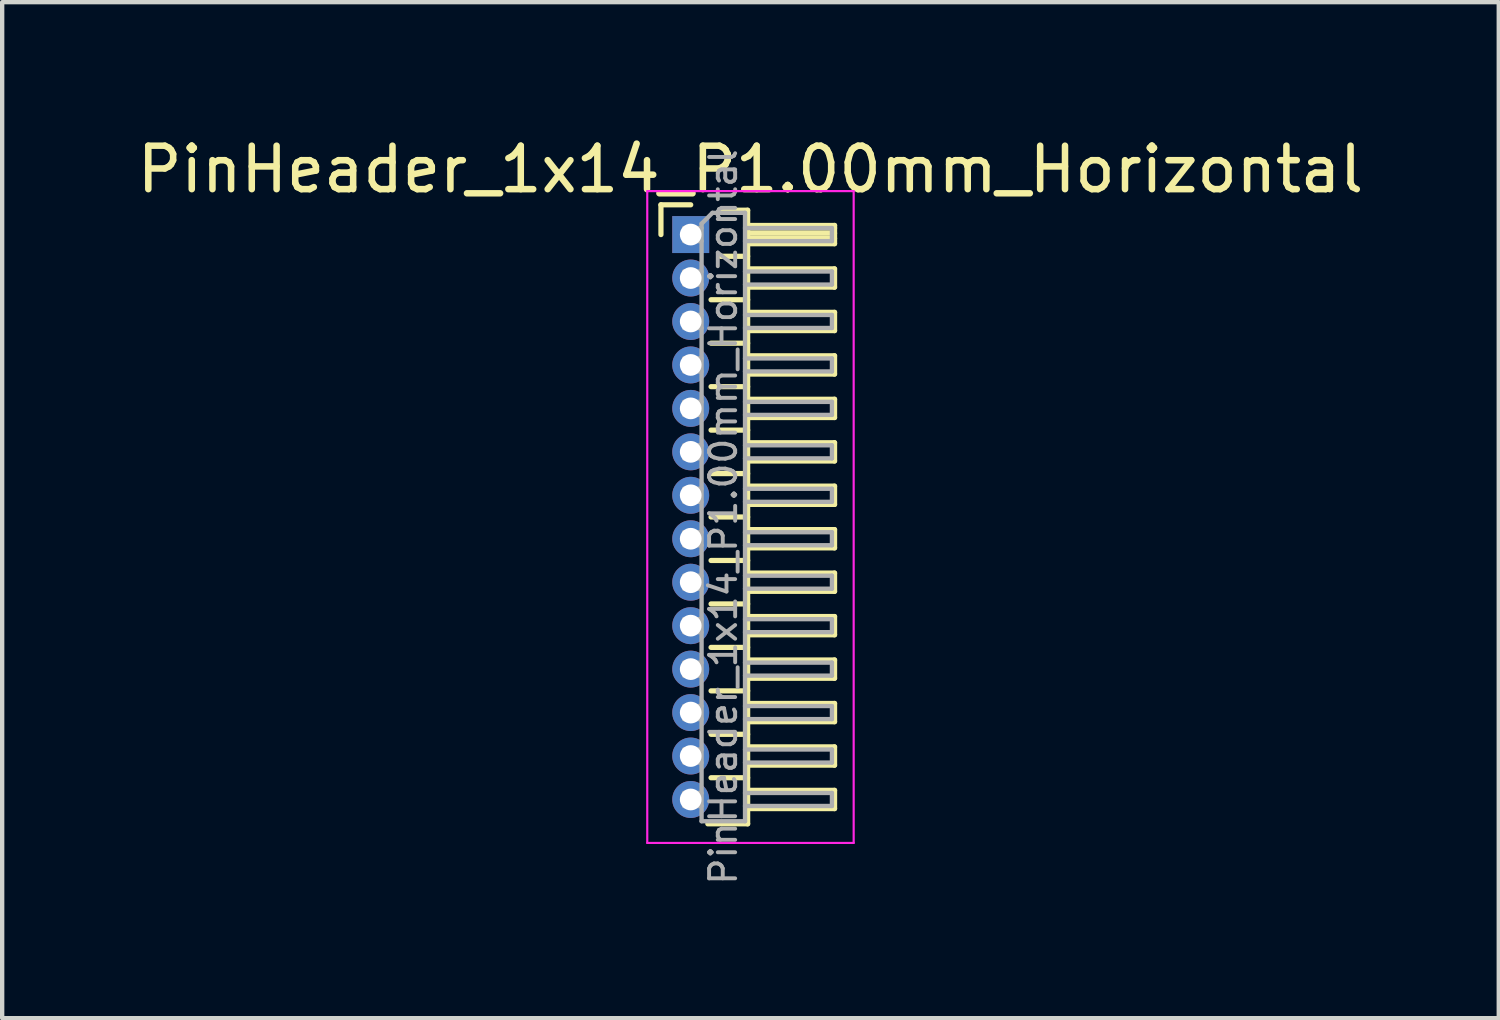
<source format=kicad_pcb>
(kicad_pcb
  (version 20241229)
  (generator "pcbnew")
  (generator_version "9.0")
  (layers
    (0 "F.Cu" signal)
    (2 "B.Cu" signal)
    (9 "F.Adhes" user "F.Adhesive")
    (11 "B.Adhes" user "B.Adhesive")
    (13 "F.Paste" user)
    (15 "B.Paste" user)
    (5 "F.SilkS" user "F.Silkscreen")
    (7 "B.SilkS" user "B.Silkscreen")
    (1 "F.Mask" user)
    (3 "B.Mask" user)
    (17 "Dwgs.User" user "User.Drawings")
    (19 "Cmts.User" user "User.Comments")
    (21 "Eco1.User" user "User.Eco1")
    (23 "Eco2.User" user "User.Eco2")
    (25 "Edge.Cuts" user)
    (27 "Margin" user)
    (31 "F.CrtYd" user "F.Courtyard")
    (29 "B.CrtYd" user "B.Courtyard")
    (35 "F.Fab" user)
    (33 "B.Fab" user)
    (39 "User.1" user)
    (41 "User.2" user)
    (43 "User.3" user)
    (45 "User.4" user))
  (footprint "PinHeader_1x14_P1.00mm_Horizontal"
    (layer "F.Cu")
    (at 12.845 2.348)
    (property "Reference" "PinHeader_1x14_P1.00mm_Horizontal" (at 1.375 -1.5 0) (layer "F.SilkS") (effects (font (size 1 1) (thickness 0.15))))
    (attr through_hole)
    (fp_line (start -0.685 -0.685) (end 0 -0.685) (stroke (width 0.12) (type solid)) (layer "F.SilkS"))
    (fp_line (start -0.685 0) (end -0.685 -0.685) (stroke (width 0.12) (type solid)) (layer "F.SilkS"))
    (fp_line (start 0.468 1.5) (end 1.31 1.5) (stroke (width 0.12) (type solid)) (layer "F.SilkS"))
    (fp_line (start 0.468 2.5) (end 1.31 2.5) (stroke (width 0.12) (type solid)) (layer "F.SilkS"))
    (fp_line (start 0.468 3.5) (end 1.31 3.5) (stroke (width 0.12) (type solid)) (layer "F.SilkS"))
    (fp_line (start 0.468 4.5) (end 1.31 4.5) (stroke (width 0.12) (type solid)) (layer "F.SilkS"))
    (fp_line (start 0.468 5.5) (end 1.31 5.5) (stroke (width 0.12) (type solid)) (layer "F.SilkS"))
    (fp_line (start 0.468 6.5) (end 1.31 6.5) (stroke (width 0.12) (type solid)) (layer "F.SilkS"))
    (fp_line (start 0.468 7.5) (end 1.31 7.5) (stroke (width 0.12) (type solid)) (layer "F.SilkS"))
    (fp_line (start 0.468 8.5) (end 1.31 8.5) (stroke (width 0.12) (type solid)) (layer "F.SilkS"))
    (fp_line (start 0.468 9.5) (end 1.31 9.5) (stroke (width 0.12) (type solid)) (layer "F.SilkS"))
    (fp_line (start 0.468 10.5) (end 1.31 10.5) (stroke (width 0.12) (type solid)) (layer "F.SilkS"))
    (fp_line (start 0.468 11.5) (end 1.31 11.5) (stroke (width 0.12) (type solid)) (layer "F.SilkS"))
    (fp_line (start 0.468 12.5) (end 1.31 12.5) (stroke (width 0.12) (type solid)) (layer "F.SilkS"))
    (fp_line (start 0.685 -0.56) (end 1.31 -0.56) (stroke (width 0.12) (type solid)) (layer "F.SilkS"))
    (fp_line (start 0.685 0.5) (end 1.31 0.5) (stroke (width 0.12) (type solid)) (layer "F.SilkS"))
    (fp_line (start 1.31 -0.56) (end 1.31 13.56) (stroke (width 0.12) (type solid)) (layer "F.SilkS"))
    (fp_line (start 1.31 -0.21) (end 3.31 -0.21) (stroke (width 0.12) (type solid)) (layer "F.SilkS"))
    (fp_line (start 1.31 -0.15) (end 3.31 -0.15) (stroke (width 0.12) (type solid)) (layer "F.SilkS"))
    (fp_line (start 1.31 -0.03) (end 3.31 -0.03) (stroke (width 0.12) (type solid)) (layer "F.SilkS"))
    (fp_line (start 1.31 0.09) (end 3.31 0.09) (stroke (width 0.12) (type solid)) (layer "F.SilkS"))
    (fp_line (start 1.31 0.79) (end 3.31 0.79) (stroke (width 0.12) (type solid)) (layer "F.SilkS"))
    (fp_line (start 1.31 1.79) (end 3.31 1.79) (stroke (width 0.12) (type solid)) (layer "F.SilkS"))
    (fp_line (start 1.31 2.79) (end 3.31 2.79) (stroke (width 0.12) (type solid)) (layer "F.SilkS"))
    (fp_line (start 1.31 3.79) (end 3.31 3.79) (stroke (width 0.12) (type solid)) (layer "F.SilkS"))
    (fp_line (start 1.31 4.79) (end 3.31 4.79) (stroke (width 0.12) (type solid)) (layer "F.SilkS"))
    (fp_line (start 1.31 5.79) (end 3.31 5.79) (stroke (width 0.12) (type solid)) (layer "F.SilkS"))
    (fp_line (start 1.31 6.79) (end 3.31 6.79) (stroke (width 0.12) (type solid)) (layer "F.SilkS"))
    (fp_line (start 1.31 7.79) (end 3.31 7.79) (stroke (width 0.12) (type solid)) (layer "F.SilkS"))
    (fp_line (start 1.31 8.79) (end 3.31 8.79) (stroke (width 0.12) (type solid)) (layer "F.SilkS"))
    (fp_line (start 1.31 9.79) (end 3.31 9.79) (stroke (width 0.12) (type solid)) (layer "F.SilkS"))
    (fp_line (start 1.31 10.79) (end 3.31 10.79) (stroke (width 0.12) (type solid)) (layer "F.SilkS"))
    (fp_line (start 1.31 11.79) (end 3.31 11.79) (stroke (width 0.12) (type solid)) (layer "F.SilkS"))
    (fp_line (start 1.31 12.79) (end 3.31 12.79) (stroke (width 0.12) (type solid)) (layer "F.SilkS"))
    (fp_line (start 1.31 13.56) (end 0.394 13.56) (stroke (width 0.12) (type solid)) (layer "F.SilkS"))
    (fp_line (start 3.31 -0.21) (end 3.31 0.21) (stroke (width 0.12) (type solid)) (layer "F.SilkS"))
    (fp_line (start 3.31 0.21) (end 1.31 0.21) (stroke (width 0.12) (type solid)) (layer "F.SilkS"))
    (fp_line (start 3.31 0.79) (end 3.31 1.21) (stroke (width 0.12) (type solid)) (layer "F.SilkS"))
    (fp_line (start 3.31 1.21) (end 1.31 1.21) (stroke (width 0.12) (type solid)) (layer "F.SilkS"))
    (fp_line (start 3.31 1.79) (end 3.31 2.21) (stroke (width 0.12) (type solid)) (layer "F.SilkS"))
    (fp_line (start 3.31 2.21) (end 1.31 2.21) (stroke (width 0.12) (type solid)) (layer "F.SilkS"))
    (fp_line (start 3.31 2.79) (end 3.31 3.21) (stroke (width 0.12) (type solid)) (layer "F.SilkS"))
    (fp_line (start 3.31 3.21) (end 1.31 3.21) (stroke (width 0.12) (type solid)) (layer "F.SilkS"))
    (fp_line (start 3.31 3.79) (end 3.31 4.21) (stroke (width 0.12) (type solid)) (layer "F.SilkS"))
    (fp_line (start 3.31 4.21) (end 1.31 4.21) (stroke (width 0.12) (type solid)) (layer "F.SilkS"))
    (fp_line (start 3.31 4.79) (end 3.31 5.21) (stroke (width 0.12) (type solid)) (layer "F.SilkS"))
    (fp_line (start 3.31 5.21) (end 1.31 5.21) (stroke (width 0.12) (type solid)) (layer "F.SilkS"))
    (fp_line (start 3.31 5.79) (end 3.31 6.21) (stroke (width 0.12) (type solid)) (layer "F.SilkS"))
    (fp_line (start 3.31 6.21) (end 1.31 6.21) (stroke (width 0.12) (type solid)) (layer "F.SilkS"))
    (fp_line (start 3.31 6.79) (end 3.31 7.21) (stroke (width 0.12) (type solid)) (layer "F.SilkS"))
    (fp_line (start 3.31 7.21) (end 1.31 7.21) (stroke (width 0.12) (type solid)) (layer "F.SilkS"))
    (fp_line (start 3.31 7.79) (end 3.31 8.21) (stroke (width 0.12) (type solid)) (layer "F.SilkS"))
    (fp_line (start 3.31 8.21) (end 1.31 8.21) (stroke (width 0.12) (type solid)) (layer "F.SilkS"))
    (fp_line (start 3.31 8.79) (end 3.31 9.21) (stroke (width 0.12) (type solid)) (layer "F.SilkS"))
    (fp_line (start 3.31 9.21) (end 1.31 9.21) (stroke (width 0.12) (type solid)) (layer "F.SilkS"))
    (fp_line (start 3.31 9.79) (end 3.31 10.21) (stroke (width 0.12) (type solid)) (layer "F.SilkS"))
    (fp_line (start 3.31 10.21) (end 1.31 10.21) (stroke (width 0.12) (type solid)) (layer "F.SilkS"))
    (fp_line (start 3.31 10.79) (end 3.31 11.21) (stroke (width 0.12) (type solid)) (layer "F.SilkS"))
    (fp_line (start 3.31 11.21) (end 1.31 11.21) (stroke (width 0.12) (type solid)) (layer "F.SilkS"))
    (fp_line (start 3.31 11.79) (end 3.31 12.21) (stroke (width 0.12) (type solid)) (layer "F.SilkS"))
    (fp_line (start 3.31 12.21) (end 1.31 12.21) (stroke (width 0.12) (type solid)) (layer "F.SilkS"))
    (fp_line (start 3.31 12.79) (end 3.31 13.21) (stroke (width 0.12) (type solid)) (layer "F.SilkS"))
    (fp_line (start 3.31 13.21) (end 1.31 13.21) (stroke (width 0.12) (type solid)) (layer "F.SilkS"))
    (fp_line (start -1 -1) (end -1 14) (stroke (width 0.05) (type solid)) (layer "F.CrtYd"))
    (fp_line (start -1 14) (end 3.75 14) (stroke (width 0.05) (type solid)) (layer "F.CrtYd"))
    (fp_line (start 3.75 -1) (end -1 -1) (stroke (width 0.05) (type solid)) (layer "F.CrtYd"))
    (fp_line (start 3.75 14) (end 3.75 -1) (stroke (width 0.05) (type solid)) (layer "F.CrtYd"))
    (fp_line (start -0.15 -0.15) (end -0.15 0.15) (stroke (width 0.1) (type solid)) (layer "F.Fab"))
    (fp_line (start -0.15 -0.15) (end 0.25 -0.15) (stroke (width 0.1) (type solid)) (layer "F.Fab"))
    (fp_line (start -0.15 0.15) (end 0.25 0.15) (stroke (width 0.1) (type solid)) (layer "F.Fab"))
    (fp_line (start -0.15 0.85) (end -0.15 1.15) (stroke (width 0.1) (type solid)) (layer "F.Fab"))
    (fp_line (start -0.15 0.85) (end 0.25 0.85) (stroke (width 0.1) (type solid)) (layer "F.Fab"))
    (fp_line (start -0.15 1.15) (end 0.25 1.15) (stroke (width 0.1) (type solid)) (layer "F.Fab"))
    (fp_line (start -0.15 1.85) (end -0.15 2.15) (stroke (width 0.1) (type solid)) (layer "F.Fab"))
    (fp_line (start -0.15 1.85) (end 0.25 1.85) (stroke (width 0.1) (type solid)) (layer "F.Fab"))
    (fp_line (start -0.15 2.15) (end 0.25 2.15) (stroke (width 0.1) (type solid)) (layer "F.Fab"))
    (fp_line (start -0.15 2.85) (end -0.15 3.15) (stroke (width 0.1) (type solid)) (layer "F.Fab"))
    (fp_line (start -0.15 2.85) (end 0.25 2.85) (stroke (width 0.1) (type solid)) (layer "F.Fab"))
    (fp_line (start -0.15 3.15) (end 0.25 3.15) (stroke (width 0.1) (type solid)) (layer "F.Fab"))
    (fp_line (start -0.15 3.85) (end -0.15 4.15) (stroke (width 0.1) (type solid)) (layer "F.Fab"))
    (fp_line (start -0.15 3.85) (end 0.25 3.85) (stroke (width 0.1) (type solid)) (layer "F.Fab"))
    (fp_line (start -0.15 4.15) (end 0.25 4.15) (stroke (width 0.1) (type solid)) (layer "F.Fab"))
    (fp_line (start -0.15 4.85) (end -0.15 5.15) (stroke (width 0.1) (type solid)) (layer "F.Fab"))
    (fp_line (start -0.15 4.85) (end 0.25 4.85) (stroke (width 0.1) (type solid)) (layer "F.Fab"))
    (fp_line (start -0.15 5.15) (end 0.25 5.15) (stroke (width 0.1) (type solid)) (layer "F.Fab"))
    (fp_line (start -0.15 5.85) (end -0.15 6.15) (stroke (width 0.1) (type solid)) (layer "F.Fab"))
    (fp_line (start -0.15 5.85) (end 0.25 5.85) (stroke (width 0.1) (type solid)) (layer "F.Fab"))
    (fp_line (start -0.15 6.15) (end 0.25 6.15) (stroke (width 0.1) (type solid)) (layer "F.Fab"))
    (fp_line (start -0.15 6.85) (end -0.15 7.15) (stroke (width 0.1) (type solid)) (layer "F.Fab"))
    (fp_line (start -0.15 6.85) (end 0.25 6.85) (stroke (width 0.1) (type solid)) (layer "F.Fab"))
    (fp_line (start -0.15 7.15) (end 0.25 7.15) (stroke (width 0.1) (type solid)) (layer "F.Fab"))
    (fp_line (start -0.15 7.85) (end -0.15 8.15) (stroke (width 0.1) (type solid)) (layer "F.Fab"))
    (fp_line (start -0.15 7.85) (end 0.25 7.85) (stroke (width 0.1) (type solid)) (layer "F.Fab"))
    (fp_line (start -0.15 8.15) (end 0.25 8.15) (stroke (width 0.1) (type solid)) (layer "F.Fab"))
    (fp_line (start -0.15 8.85) (end -0.15 9.15) (stroke (width 0.1) (type solid)) (layer "F.Fab"))
    (fp_line (start -0.15 8.85) (end 0.25 8.85) (stroke (width 0.1) (type solid)) (layer "F.Fab"))
    (fp_line (start -0.15 9.15) (end 0.25 9.15) (stroke (width 0.1) (type solid)) (layer "F.Fab"))
    (fp_line (start -0.15 9.85) (end -0.15 10.15) (stroke (width 0.1) (type solid)) (layer "F.Fab"))
    (fp_line (start -0.15 9.85) (end 0.25 9.85) (stroke (width 0.1) (type solid)) (layer "F.Fab"))
    (fp_line (start -0.15 10.15) (end 0.25 10.15) (stroke (width 0.1) (type solid)) (layer "F.Fab"))
    (fp_line (start -0.15 10.85) (end -0.15 11.15) (stroke (width 0.1) (type solid)) (layer "F.Fab"))
    (fp_line (start -0.15 10.85) (end 0.25 10.85) (stroke (width 0.1) (type solid)) (layer "F.Fab"))
    (fp_line (start -0.15 11.15) (end 0.25 11.15) (stroke (width 0.1) (type solid)) (layer "F.Fab"))
    (fp_line (start -0.15 11.85) (end -0.15 12.15) (stroke (width 0.1) (type solid)) (layer "F.Fab"))
    (fp_line (start -0.15 11.85) (end 0.25 11.85) (stroke (width 0.1) (type solid)) (layer "F.Fab"))
    (fp_line (start -0.15 12.15) (end 0.25 12.15) (stroke (width 0.1) (type solid)) (layer "F.Fab"))
    (fp_line (start -0.15 12.85) (end -0.15 13.15) (stroke (width 0.1) (type solid)) (layer "F.Fab"))
    (fp_line (start -0.15 12.85) (end 0.25 12.85) (stroke (width 0.1) (type solid)) (layer "F.Fab"))
    (fp_line (start -0.15 13.15) (end 0.25 13.15) (stroke (width 0.1) (type solid)) (layer "F.Fab"))
    (fp_line (start 0.25 -0.25) (end 0.5 -0.5) (stroke (width 0.1) (type solid)) (layer "F.Fab"))
    (fp_line (start 0.25 13.5) (end 0.25 -0.25) (stroke (width 0.1) (type solid)) (layer "F.Fab"))
    (fp_line (start 0.5 -0.5) (end 1.25 -0.5) (stroke (width 0.1) (type solid)) (layer "F.Fab"))
    (fp_line (start 1.25 -0.5) (end 1.25 13.5) (stroke (width 0.1) (type solid)) (layer "F.Fab"))
    (fp_line (start 1.25 -0.15) (end 3.25 -0.15) (stroke (width 0.1) (type solid)) (layer "F.Fab"))
    (fp_line (start 1.25 0.15) (end 3.25 0.15) (stroke (width 0.1) (type solid)) (layer "F.Fab"))
    (fp_line (start 1.25 0.85) (end 3.25 0.85) (stroke (width 0.1) (type solid)) (layer "F.Fab"))
    (fp_line (start 1.25 1.15) (end 3.25 1.15) (stroke (width 0.1) (type solid)) (layer "F.Fab"))
    (fp_line (start 1.25 1.85) (end 3.25 1.85) (stroke (width 0.1) (type solid)) (layer "F.Fab"))
    (fp_line (start 1.25 2.15) (end 3.25 2.15) (stroke (width 0.1) (type solid)) (layer "F.Fab"))
    (fp_line (start 1.25 2.85) (end 3.25 2.85) (stroke (width 0.1) (type solid)) (layer "F.Fab"))
    (fp_line (start 1.25 3.15) (end 3.25 3.15) (stroke (width 0.1) (type solid)) (layer "F.Fab"))
    (fp_line (start 1.25 3.85) (end 3.25 3.85) (stroke (width 0.1) (type solid)) (layer "F.Fab"))
    (fp_line (start 1.25 4.15) (end 3.25 4.15) (stroke (width 0.1) (type solid)) (layer "F.Fab"))
    (fp_line (start 1.25 4.85) (end 3.25 4.85) (stroke (width 0.1) (type solid)) (layer "F.Fab"))
    (fp_line (start 1.25 5.15) (end 3.25 5.15) (stroke (width 0.1) (type solid)) (layer "F.Fab"))
    (fp_line (start 1.25 5.85) (end 3.25 5.85) (stroke (width 0.1) (type solid)) (layer "F.Fab"))
    (fp_line (start 1.25 6.15) (end 3.25 6.15) (stroke (width 0.1) (type solid)) (layer "F.Fab"))
    (fp_line (start 1.25 6.85) (end 3.25 6.85) (stroke (width 0.1) (type solid)) (layer "F.Fab"))
    (fp_line (start 1.25 7.15) (end 3.25 7.15) (stroke (width 0.1) (type solid)) (layer "F.Fab"))
    (fp_line (start 1.25 7.85) (end 3.25 7.85) (stroke (width 0.1) (type solid)) (layer "F.Fab"))
    (fp_line (start 1.25 8.15) (end 3.25 8.15) (stroke (width 0.1) (type solid)) (layer "F.Fab"))
    (fp_line (start 1.25 8.85) (end 3.25 8.85) (stroke (width 0.1) (type solid)) (layer "F.Fab"))
    (fp_line (start 1.25 9.15) (end 3.25 9.15) (stroke (width 0.1) (type solid)) (layer "F.Fab"))
    (fp_line (start 1.25 9.85) (end 3.25 9.85) (stroke (width 0.1) (type solid)) (layer "F.Fab"))
    (fp_line (start 1.25 10.15) (end 3.25 10.15) (stroke (width 0.1) (type solid)) (layer "F.Fab"))
    (fp_line (start 1.25 10.85) (end 3.25 10.85) (stroke (width 0.1) (type solid)) (layer "F.Fab"))
    (fp_line (start 1.25 11.15) (end 3.25 11.15) (stroke (width 0.1) (type solid)) (layer "F.Fab"))
    (fp_line (start 1.25 11.85) (end 3.25 11.85) (stroke (width 0.1) (type solid)) (layer "F.Fab"))
    (fp_line (start 1.25 12.15) (end 3.25 12.15) (stroke (width 0.1) (type solid)) (layer "F.Fab"))
    (fp_line (start 1.25 12.85) (end 3.25 12.85) (stroke (width 0.1) (type solid)) (layer "F.Fab"))
    (fp_line (start 1.25 13.15) (end 3.25 13.15) (stroke (width 0.1) (type solid)) (layer "F.Fab"))
    (fp_line (start 1.25 13.5) (end 0.25 13.5) (stroke (width 0.1) (type solid)) (layer "F.Fab"))
    (fp_line (start 3.25 -0.15) (end 3.25 0.15) (stroke (width 0.1) (type solid)) (layer "F.Fab"))
    (fp_line (start 3.25 0.85) (end 3.25 1.15) (stroke (width 0.1) (type solid)) (layer "F.Fab"))
    (fp_line (start 3.25 1.85) (end 3.25 2.15) (stroke (width 0.1) (type solid)) (layer "F.Fab"))
    (fp_line (start 3.25 2.85) (end 3.25 3.15) (stroke (width 0.1) (type solid)) (layer "F.Fab"))
    (fp_line (start 3.25 3.85) (end 3.25 4.15) (stroke (width 0.1) (type solid)) (layer "F.Fab"))
    (fp_line (start 3.25 4.85) (end 3.25 5.15) (stroke (width 0.1) (type solid)) (layer "F.Fab"))
    (fp_line (start 3.25 5.85) (end 3.25 6.15) (stroke (width 0.1) (type solid)) (layer "F.Fab"))
    (fp_line (start 3.25 6.85) (end 3.25 7.15) (stroke (width 0.1) (type solid)) (layer "F.Fab"))
    (fp_line (start 3.25 7.85) (end 3.25 8.15) (stroke (width 0.1) (type solid)) (layer "F.Fab"))
    (fp_line (start 3.25 8.85) (end 3.25 9.15) (stroke (width 0.1) (type solid)) (layer "F.Fab"))
    (fp_line (start 3.25 9.85) (end 3.25 10.15) (stroke (width 0.1) (type solid)) (layer "F.Fab"))
    (fp_line (start 3.25 10.85) (end 3.25 11.15) (stroke (width 0.1) (type solid)) (layer "F.Fab"))
    (fp_line (start 3.25 11.85) (end 3.25 12.15) (stroke (width 0.1) (type solid)) (layer "F.Fab"))
    (fp_line (start 3.25 12.85) (end 3.25 13.15) (stroke (width 0.1) (type solid)) (layer "F.Fab"))
    (fp_text user "${REFERENCE}" (at 0.75 6.5 90) (layer "F.Fab") (effects (font (size 0.6 0.6) (thickness 0.09))))
    (pad "1" thru_hole rect (at 0 0) (size 0.85 0.85) (drill 0.5) (layers "*.Cu" "*.Mask"))
    (pad "2" thru_hole oval (at 0 1) (size 0.85 0.85) (drill 0.5) (layers "*.Cu" "*.Mask"))
    (pad "3" thru_hole oval (at 0 2) (size 0.85 0.85) (drill 0.5) (layers "*.Cu" "*.Mask"))
    (pad "4" thru_hole oval (at 0 3) (size 0.85 0.85) (drill 0.5) (layers "*.Cu" "*.Mask"))
    (pad "5" thru_hole oval (at 0 4) (size 0.85 0.85) (drill 0.5) (layers "*.Cu" "*.Mask"))
    (pad "6" thru_hole oval (at 0 5) (size 0.85 0.85) (drill 0.5) (layers "*.Cu" "*.Mask"))
    (pad "7" thru_hole oval (at 0 6) (size 0.85 0.85) (drill 0.5) (layers "*.Cu" "*.Mask"))
    (pad "8" thru_hole oval (at 0 7) (size 0.85 0.85) (drill 0.5) (layers "*.Cu" "*.Mask"))
    (pad "9" thru_hole oval (at 0 8) (size 0.85 0.85) (drill 0.5) (layers "*.Cu" "*.Mask"))
    (pad "10" thru_hole oval (at 0 9) (size 0.85 0.85) (drill 0.5) (layers "*.Cu" "*.Mask"))
    (pad "11" thru_hole oval (at 0 10) (size 0.85 0.85) (drill 0.5) (layers "*.Cu" "*.Mask"))
    (pad "12" thru_hole oval (at 0 11) (size 0.85 0.85) (drill 0.5) (layers "*.Cu" "*.Mask"))
    (pad "13" thru_hole oval (at 0 12) (size 0.85 0.85) (drill 0.5) (layers "*.Cu" "*.Mask"))
    (pad "14" thru_hole oval (at 0 13) (size 0.85 0.85) (drill 0.5) (layers "*.Cu" "*.Mask")))
  (gr_rect
    (start -3 -3)
    (end 31.44 20.38)
    (stroke (width 0.1) (type default))
    (fill no)
    (layer "Edge.Cuts")))
</source>
